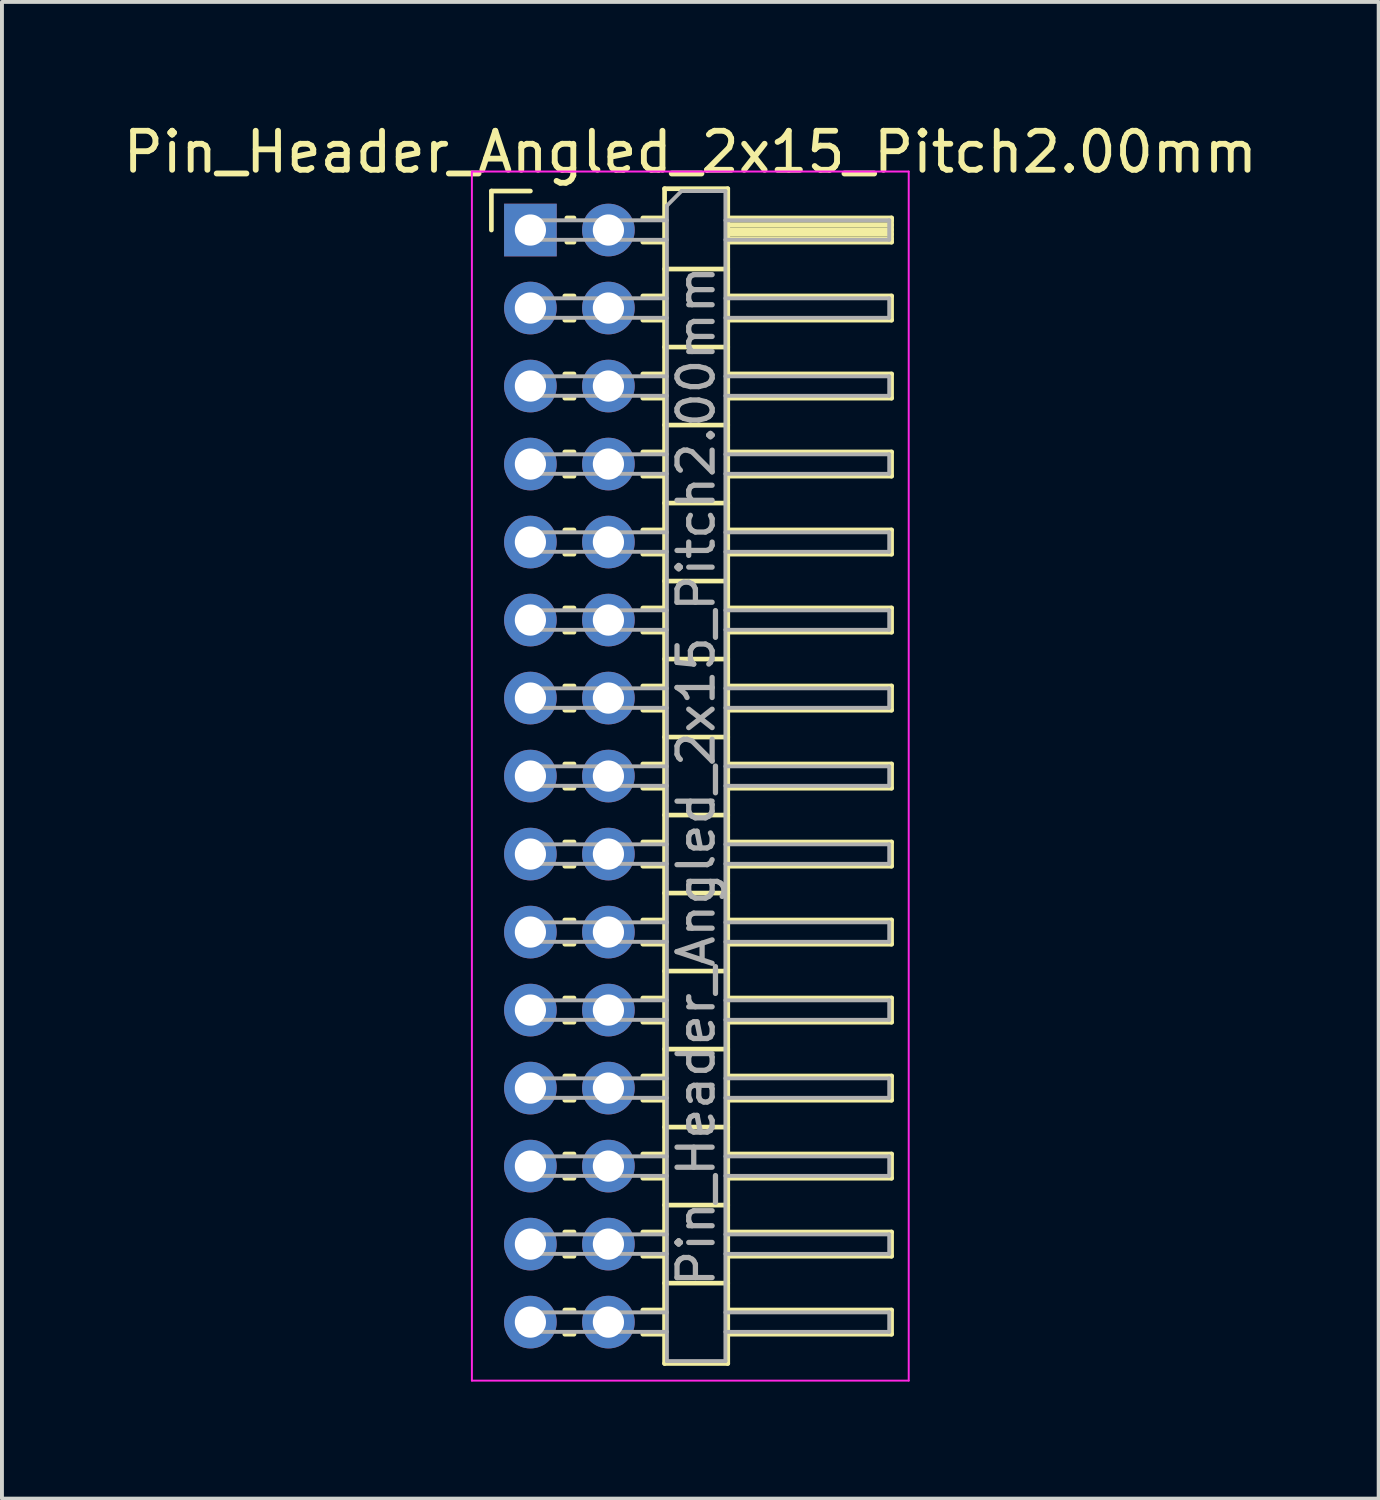
<source format=kicad_pcb>
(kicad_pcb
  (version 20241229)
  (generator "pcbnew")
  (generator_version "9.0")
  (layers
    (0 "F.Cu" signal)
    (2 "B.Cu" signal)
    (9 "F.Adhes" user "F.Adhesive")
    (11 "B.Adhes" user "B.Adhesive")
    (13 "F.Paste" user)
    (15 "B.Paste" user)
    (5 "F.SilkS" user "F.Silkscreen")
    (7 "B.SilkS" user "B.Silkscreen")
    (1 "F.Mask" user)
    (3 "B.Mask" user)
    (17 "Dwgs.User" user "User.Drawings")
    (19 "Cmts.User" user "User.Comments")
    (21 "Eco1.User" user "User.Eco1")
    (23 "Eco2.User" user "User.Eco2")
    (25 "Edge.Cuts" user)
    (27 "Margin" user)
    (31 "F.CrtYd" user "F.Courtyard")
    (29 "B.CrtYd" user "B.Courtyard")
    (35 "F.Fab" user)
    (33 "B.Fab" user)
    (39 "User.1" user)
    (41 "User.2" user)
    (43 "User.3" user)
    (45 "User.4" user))
  (footprint "Pin_Header_Angled_2x15_Pitch2.00mm"
    (layer "F.Cu")
    (at 10.549 2.848)
    (property "Reference" "Pin_Header_Angled_2x15_Pitch2.00mm" (at 4.1 -2 0) (layer "F.SilkS") (effects (font (size 1 1) (thickness 0.15))))
    (attr through_hole)
    (fp_line (start -1 -1) (end 0 -1) (stroke (width 0.12) (type solid)) (layer "F.SilkS"))
    (fp_line (start -1 0) (end -1 -1) (stroke (width 0.12) (type solid)) (layer "F.SilkS"))
    (fp_line (start 0.882 1.69) (end 1.118 1.69) (stroke (width 0.12) (type solid)) (layer "F.SilkS"))
    (fp_line (start 0.882 2.31) (end 1.118 2.31) (stroke (width 0.12) (type solid)) (layer "F.SilkS"))
    (fp_line (start 0.882 3.69) (end 1.118 3.69) (stroke (width 0.12) (type solid)) (layer "F.SilkS"))
    (fp_line (start 0.882 4.31) (end 1.118 4.31) (stroke (width 0.12) (type solid)) (layer "F.SilkS"))
    (fp_line (start 0.882 5.69) (end 1.118 5.69) (stroke (width 0.12) (type solid)) (layer "F.SilkS"))
    (fp_line (start 0.882 6.31) (end 1.118 6.31) (stroke (width 0.12) (type solid)) (layer "F.SilkS"))
    (fp_line (start 0.882 7.69) (end 1.118 7.69) (stroke (width 0.12) (type solid)) (layer "F.SilkS"))
    (fp_line (start 0.882 8.31) (end 1.118 8.31) (stroke (width 0.12) (type solid)) (layer "F.SilkS"))
    (fp_line (start 0.882 9.69) (end 1.118 9.69) (stroke (width 0.12) (type solid)) (layer "F.SilkS"))
    (fp_line (start 0.882 10.31) (end 1.118 10.31) (stroke (width 0.12) (type solid)) (layer "F.SilkS"))
    (fp_line (start 0.882 11.69) (end 1.118 11.69) (stroke (width 0.12) (type solid)) (layer "F.SilkS"))
    (fp_line (start 0.882 12.31) (end 1.118 12.31) (stroke (width 0.12) (type solid)) (layer "F.SilkS"))
    (fp_line (start 0.882 13.69) (end 1.118 13.69) (stroke (width 0.12) (type solid)) (layer "F.SilkS"))
    (fp_line (start 0.882 14.31) (end 1.118 14.31) (stroke (width 0.12) (type solid)) (layer "F.SilkS"))
    (fp_line (start 0.882 15.69) (end 1.118 15.69) (stroke (width 0.12) (type solid)) (layer "F.SilkS"))
    (fp_line (start 0.882 16.31) (end 1.118 16.31) (stroke (width 0.12) (type solid)) (layer "F.SilkS"))
    (fp_line (start 0.882 17.69) (end 1.118 17.69) (stroke (width 0.12) (type solid)) (layer "F.SilkS"))
    (fp_line (start 0.882 18.31) (end 1.118 18.31) (stroke (width 0.12) (type solid)) (layer "F.SilkS"))
    (fp_line (start 0.882 19.69) (end 1.118 19.69) (stroke (width 0.12) (type solid)) (layer "F.SilkS"))
    (fp_line (start 0.882 20.31) (end 1.118 20.31) (stroke (width 0.12) (type solid)) (layer "F.SilkS"))
    (fp_line (start 0.882 21.69) (end 1.118 21.69) (stroke (width 0.12) (type solid)) (layer "F.SilkS"))
    (fp_line (start 0.882 22.31) (end 1.118 22.31) (stroke (width 0.12) (type solid)) (layer "F.SilkS"))
    (fp_line (start 0.882 23.69) (end 1.118 23.69) (stroke (width 0.12) (type solid)) (layer "F.SilkS"))
    (fp_line (start 0.882 24.31) (end 1.118 24.31) (stroke (width 0.12) (type solid)) (layer "F.SilkS"))
    (fp_line (start 0.882 25.69) (end 1.118 25.69) (stroke (width 0.12) (type solid)) (layer "F.SilkS"))
    (fp_line (start 0.882 26.31) (end 1.118 26.31) (stroke (width 0.12) (type solid)) (layer "F.SilkS"))
    (fp_line (start 0.882 27.69) (end 1.118 27.69) (stroke (width 0.12) (type solid)) (layer "F.SilkS"))
    (fp_line (start 0.882 28.31) (end 1.118 28.31) (stroke (width 0.12) (type solid)) (layer "F.SilkS"))
    (fp_line (start 0.935 -0.31) (end 1.118 -0.31) (stroke (width 0.12) (type solid)) (layer "F.SilkS"))
    (fp_line (start 0.935 0.31) (end 1.118 0.31) (stroke (width 0.12) (type solid)) (layer "F.SilkS"))
    (fp_line (start 2.882 -0.31) (end 3.44 -0.31) (stroke (width 0.12) (type solid)) (layer "F.SilkS"))
    (fp_line (start 2.882 0.31) (end 3.44 0.31) (stroke (width 0.12) (type solid)) (layer "F.SilkS"))
    (fp_line (start 2.882 1.69) (end 3.44 1.69) (stroke (width 0.12) (type solid)) (layer "F.SilkS"))
    (fp_line (start 2.882 2.31) (end 3.44 2.31) (stroke (width 0.12) (type solid)) (layer "F.SilkS"))
    (fp_line (start 2.882 3.69) (end 3.44 3.69) (stroke (width 0.12) (type solid)) (layer "F.SilkS"))
    (fp_line (start 2.882 4.31) (end 3.44 4.31) (stroke (width 0.12) (type solid)) (layer "F.SilkS"))
    (fp_line (start 2.882 5.69) (end 3.44 5.69) (stroke (width 0.12) (type solid)) (layer "F.SilkS"))
    (fp_line (start 2.882 6.31) (end 3.44 6.31) (stroke (width 0.12) (type solid)) (layer "F.SilkS"))
    (fp_line (start 2.882 7.69) (end 3.44 7.69) (stroke (width 0.12) (type solid)) (layer "F.SilkS"))
    (fp_line (start 2.882 8.31) (end 3.44 8.31) (stroke (width 0.12) (type solid)) (layer "F.SilkS"))
    (fp_line (start 2.882 9.69) (end 3.44 9.69) (stroke (width 0.12) (type solid)) (layer "F.SilkS"))
    (fp_line (start 2.882 10.31) (end 3.44 10.31) (stroke (width 0.12) (type solid)) (layer "F.SilkS"))
    (fp_line (start 2.882 11.69) (end 3.44 11.69) (stroke (width 0.12) (type solid)) (layer "F.SilkS"))
    (fp_line (start 2.882 12.31) (end 3.44 12.31) (stroke (width 0.12) (type solid)) (layer "F.SilkS"))
    (fp_line (start 2.882 13.69) (end 3.44 13.69) (stroke (width 0.12) (type solid)) (layer "F.SilkS"))
    (fp_line (start 2.882 14.31) (end 3.44 14.31) (stroke (width 0.12) (type solid)) (layer "F.SilkS"))
    (fp_line (start 2.882 15.69) (end 3.44 15.69) (stroke (width 0.12) (type solid)) (layer "F.SilkS"))
    (fp_line (start 2.882 16.31) (end 3.44 16.31) (stroke (width 0.12) (type solid)) (layer "F.SilkS"))
    (fp_line (start 2.882 17.69) (end 3.44 17.69) (stroke (width 0.12) (type solid)) (layer "F.SilkS"))
    (fp_line (start 2.882 18.31) (end 3.44 18.31) (stroke (width 0.12) (type solid)) (layer "F.SilkS"))
    (fp_line (start 2.882 19.69) (end 3.44 19.69) (stroke (width 0.12) (type solid)) (layer "F.SilkS"))
    (fp_line (start 2.882 20.31) (end 3.44 20.31) (stroke (width 0.12) (type solid)) (layer "F.SilkS"))
    (fp_line (start 2.882 21.69) (end 3.44 21.69) (stroke (width 0.12) (type solid)) (layer "F.SilkS"))
    (fp_line (start 2.882 22.31) (end 3.44 22.31) (stroke (width 0.12) (type solid)) (layer "F.SilkS"))
    (fp_line (start 2.882 23.69) (end 3.44 23.69) (stroke (width 0.12) (type solid)) (layer "F.SilkS"))
    (fp_line (start 2.882 24.31) (end 3.44 24.31) (stroke (width 0.12) (type solid)) (layer "F.SilkS"))
    (fp_line (start 2.882 25.69) (end 3.44 25.69) (stroke (width 0.12) (type solid)) (layer "F.SilkS"))
    (fp_line (start 2.882 26.31) (end 3.44 26.31) (stroke (width 0.12) (type solid)) (layer "F.SilkS"))
    (fp_line (start 2.882 27.69) (end 3.44 27.69) (stroke (width 0.12) (type solid)) (layer "F.SilkS"))
    (fp_line (start 2.882 28.31) (end 3.44 28.31) (stroke (width 0.12) (type solid)) (layer "F.SilkS"))
    (fp_line (start 3.44 -1.06) (end 3.44 29.06) (stroke (width 0.12) (type solid)) (layer "F.SilkS"))
    (fp_line (start 3.44 1) (end 5.06 1) (stroke (width 0.12) (type solid)) (layer "F.SilkS"))
    (fp_line (start 3.44 3) (end 5.06 3) (stroke (width 0.12) (type solid)) (layer "F.SilkS"))
    (fp_line (start 3.44 5) (end 5.06 5) (stroke (width 0.12) (type solid)) (layer "F.SilkS"))
    (fp_line (start 3.44 7) (end 5.06 7) (stroke (width 0.12) (type solid)) (layer "F.SilkS"))
    (fp_line (start 3.44 9) (end 5.06 9) (stroke (width 0.12) (type solid)) (layer "F.SilkS"))
    (fp_line (start 3.44 11) (end 5.06 11) (stroke (width 0.12) (type solid)) (layer "F.SilkS"))
    (fp_line (start 3.44 13) (end 5.06 13) (stroke (width 0.12) (type solid)) (layer "F.SilkS"))
    (fp_line (start 3.44 15) (end 5.06 15) (stroke (width 0.12) (type solid)) (layer "F.SilkS"))
    (fp_line (start 3.44 17) (end 5.06 17) (stroke (width 0.12) (type solid)) (layer "F.SilkS"))
    (fp_line (start 3.44 19) (end 5.06 19) (stroke (width 0.12) (type solid)) (layer "F.SilkS"))
    (fp_line (start 3.44 21) (end 5.06 21) (stroke (width 0.12) (type solid)) (layer "F.SilkS"))
    (fp_line (start 3.44 23) (end 5.06 23) (stroke (width 0.12) (type solid)) (layer "F.SilkS"))
    (fp_line (start 3.44 25) (end 5.06 25) (stroke (width 0.12) (type solid)) (layer "F.SilkS"))
    (fp_line (start 3.44 27) (end 5.06 27) (stroke (width 0.12) (type solid)) (layer "F.SilkS"))
    (fp_line (start 3.44 29.06) (end 5.06 29.06) (stroke (width 0.12) (type solid)) (layer "F.SilkS"))
    (fp_line (start 5.06 -1.06) (end 3.44 -1.06) (stroke (width 0.12) (type solid)) (layer "F.SilkS"))
    (fp_line (start 5.06 -0.31) (end 9.26 -0.31) (stroke (width 0.12) (type solid)) (layer "F.SilkS"))
    (fp_line (start 5.06 -0.25) (end 9.26 -0.25) (stroke (width 0.12) (type solid)) (layer "F.SilkS"))
    (fp_line (start 5.06 -0.13) (end 9.26 -0.13) (stroke (width 0.12) (type solid)) (layer "F.SilkS"))
    (fp_line (start 5.06 -0.01) (end 9.26 -0.01) (stroke (width 0.12) (type solid)) (layer "F.SilkS"))
    (fp_line (start 5.06 0.11) (end 9.26 0.11) (stroke (width 0.12) (type solid)) (layer "F.SilkS"))
    (fp_line (start 5.06 0.23) (end 9.26 0.23) (stroke (width 0.12) (type solid)) (layer "F.SilkS"))
    (fp_line (start 5.06 1.69) (end 9.26 1.69) (stroke (width 0.12) (type solid)) (layer "F.SilkS"))
    (fp_line (start 5.06 3.69) (end 9.26 3.69) (stroke (width 0.12) (type solid)) (layer "F.SilkS"))
    (fp_line (start 5.06 5.69) (end 9.26 5.69) (stroke (width 0.12) (type solid)) (layer "F.SilkS"))
    (fp_line (start 5.06 7.69) (end 9.26 7.69) (stroke (width 0.12) (type solid)) (layer "F.SilkS"))
    (fp_line (start 5.06 9.69) (end 9.26 9.69) (stroke (width 0.12) (type solid)) (layer "F.SilkS"))
    (fp_line (start 5.06 11.69) (end 9.26 11.69) (stroke (width 0.12) (type solid)) (layer "F.SilkS"))
    (fp_line (start 5.06 13.69) (end 9.26 13.69) (stroke (width 0.12) (type solid)) (layer "F.SilkS"))
    (fp_line (start 5.06 15.69) (end 9.26 15.69) (stroke (width 0.12) (type solid)) (layer "F.SilkS"))
    (fp_line (start 5.06 17.69) (end 9.26 17.69) (stroke (width 0.12) (type solid)) (layer "F.SilkS"))
    (fp_line (start 5.06 19.69) (end 9.26 19.69) (stroke (width 0.12) (type solid)) (layer "F.SilkS"))
    (fp_line (start 5.06 21.69) (end 9.26 21.69) (stroke (width 0.12) (type solid)) (layer "F.SilkS"))
    (fp_line (start 5.06 23.69) (end 9.26 23.69) (stroke (width 0.12) (type solid)) (layer "F.SilkS"))
    (fp_line (start 5.06 25.69) (end 9.26 25.69) (stroke (width 0.12) (type solid)) (layer "F.SilkS"))
    (fp_line (start 5.06 27.69) (end 9.26 27.69) (stroke (width 0.12) (type solid)) (layer "F.SilkS"))
    (fp_line (start 5.06 29.06) (end 5.06 -1.06) (stroke (width 0.12) (type solid)) (layer "F.SilkS"))
    (fp_line (start 9.26 -0.31) (end 9.26 0.31) (stroke (width 0.12) (type solid)) (layer "F.SilkS"))
    (fp_line (start 9.26 0.31) (end 5.06 0.31) (stroke (width 0.12) (type solid)) (layer "F.SilkS"))
    (fp_line (start 9.26 1.69) (end 9.26 2.31) (stroke (width 0.12) (type solid)) (layer "F.SilkS"))
    (fp_line (start 9.26 2.31) (end 5.06 2.31) (stroke (width 0.12) (type solid)) (layer "F.SilkS"))
    (fp_line (start 9.26 3.69) (end 9.26 4.31) (stroke (width 0.12) (type solid)) (layer "F.SilkS"))
    (fp_line (start 9.26 4.31) (end 5.06 4.31) (stroke (width 0.12) (type solid)) (layer "F.SilkS"))
    (fp_line (start 9.26 5.69) (end 9.26 6.31) (stroke (width 0.12) (type solid)) (layer "F.SilkS"))
    (fp_line (start 9.26 6.31) (end 5.06 6.31) (stroke (width 0.12) (type solid)) (layer "F.SilkS"))
    (fp_line (start 9.26 7.69) (end 9.26 8.31) (stroke (width 0.12) (type solid)) (layer "F.SilkS"))
    (fp_line (start 9.26 8.31) (end 5.06 8.31) (stroke (width 0.12) (type solid)) (layer "F.SilkS"))
    (fp_line (start 9.26 9.69) (end 9.26 10.31) (stroke (width 0.12) (type solid)) (layer "F.SilkS"))
    (fp_line (start 9.26 10.31) (end 5.06 10.31) (stroke (width 0.12) (type solid)) (layer "F.SilkS"))
    (fp_line (start 9.26 11.69) (end 9.26 12.31) (stroke (width 0.12) (type solid)) (layer "F.SilkS"))
    (fp_line (start 9.26 12.31) (end 5.06 12.31) (stroke (width 0.12) (type solid)) (layer "F.SilkS"))
    (fp_line (start 9.26 13.69) (end 9.26 14.31) (stroke (width 0.12) (type solid)) (layer "F.SilkS"))
    (fp_line (start 9.26 14.31) (end 5.06 14.31) (stroke (width 0.12) (type solid)) (layer "F.SilkS"))
    (fp_line (start 9.26 15.69) (end 9.26 16.31) (stroke (width 0.12) (type solid)) (layer "F.SilkS"))
    (fp_line (start 9.26 16.31) (end 5.06 16.31) (stroke (width 0.12) (type solid)) (layer "F.SilkS"))
    (fp_line (start 9.26 17.69) (end 9.26 18.31) (stroke (width 0.12) (type solid)) (layer "F.SilkS"))
    (fp_line (start 9.26 18.31) (end 5.06 18.31) (stroke (width 0.12) (type solid)) (layer "F.SilkS"))
    (fp_line (start 9.26 19.69) (end 9.26 20.31) (stroke (width 0.12) (type solid)) (layer "F.SilkS"))
    (fp_line (start 9.26 20.31) (end 5.06 20.31) (stroke (width 0.12) (type solid)) (layer "F.SilkS"))
    (fp_line (start 9.26 21.69) (end 9.26 22.31) (stroke (width 0.12) (type solid)) (layer "F.SilkS"))
    (fp_line (start 9.26 22.31) (end 5.06 22.31) (stroke (width 0.12) (type solid)) (layer "F.SilkS"))
    (fp_line (start 9.26 23.69) (end 9.26 24.31) (stroke (width 0.12) (type solid)) (layer "F.SilkS"))
    (fp_line (start 9.26 24.31) (end 5.06 24.31) (stroke (width 0.12) (type solid)) (layer "F.SilkS"))
    (fp_line (start 9.26 25.69) (end 9.26 26.31) (stroke (width 0.12) (type solid)) (layer "F.SilkS"))
    (fp_line (start 9.26 26.31) (end 5.06 26.31) (stroke (width 0.12) (type solid)) (layer "F.SilkS"))
    (fp_line (start 9.26 27.69) (end 9.26 28.31) (stroke (width 0.12) (type solid)) (layer "F.SilkS"))
    (fp_line (start 9.26 28.31) (end 5.06 28.31) (stroke (width 0.12) (type solid)) (layer "F.SilkS"))
    (fp_line (start -1.5 -1.5) (end -1.5 29.5) (stroke (width 0.05) (type solid)) (layer "F.CrtYd"))
    (fp_line (start -1.5 29.5) (end 9.7 29.5) (stroke (width 0.05) (type solid)) (layer "F.CrtYd"))
    (fp_line (start 9.7 -1.5) (end -1.5 -1.5) (stroke (width 0.05) (type solid)) (layer "F.CrtYd"))
    (fp_line (start 9.7 29.5) (end 9.7 -1.5) (stroke (width 0.05) (type solid)) (layer "F.CrtYd"))
    (fp_line (start -0.25 -0.25) (end -0.25 0.25) (stroke (width 0.1) (type solid)) (layer "F.Fab"))
    (fp_line (start -0.25 -0.25) (end 3.5 -0.25) (stroke (width 0.1) (type solid)) (layer "F.Fab"))
    (fp_line (start -0.25 0.25) (end 3.5 0.25) (stroke (width 0.1) (type solid)) (layer "F.Fab"))
    (fp_line (start -0.25 1.75) (end -0.25 2.25) (stroke (width 0.1) (type solid)) (layer "F.Fab"))
    (fp_line (start -0.25 1.75) (end 3.5 1.75) (stroke (width 0.1) (type solid)) (layer "F.Fab"))
    (fp_line (start -0.25 2.25) (end 3.5 2.25) (stroke (width 0.1) (type solid)) (layer "F.Fab"))
    (fp_line (start -0.25 3.75) (end -0.25 4.25) (stroke (width 0.1) (type solid)) (layer "F.Fab"))
    (fp_line (start -0.25 3.75) (end 3.5 3.75) (stroke (width 0.1) (type solid)) (layer "F.Fab"))
    (fp_line (start -0.25 4.25) (end 3.5 4.25) (stroke (width 0.1) (type solid)) (layer "F.Fab"))
    (fp_line (start -0.25 5.75) (end -0.25 6.25) (stroke (width 0.1) (type solid)) (layer "F.Fab"))
    (fp_line (start -0.25 5.75) (end 3.5 5.75) (stroke (width 0.1) (type solid)) (layer "F.Fab"))
    (fp_line (start -0.25 6.25) (end 3.5 6.25) (stroke (width 0.1) (type solid)) (layer "F.Fab"))
    (fp_line (start -0.25 7.75) (end -0.25 8.25) (stroke (width 0.1) (type solid)) (layer "F.Fab"))
    (fp_line (start -0.25 7.75) (end 3.5 7.75) (stroke (width 0.1) (type solid)) (layer "F.Fab"))
    (fp_line (start -0.25 8.25) (end 3.5 8.25) (stroke (width 0.1) (type solid)) (layer "F.Fab"))
    (fp_line (start -0.25 9.75) (end -0.25 10.25) (stroke (width 0.1) (type solid)) (layer "F.Fab"))
    (fp_line (start -0.25 9.75) (end 3.5 9.75) (stroke (width 0.1) (type solid)) (layer "F.Fab"))
    (fp_line (start -0.25 10.25) (end 3.5 10.25) (stroke (width 0.1) (type solid)) (layer "F.Fab"))
    (fp_line (start -0.25 11.75) (end -0.25 12.25) (stroke (width 0.1) (type solid)) (layer "F.Fab"))
    (fp_line (start -0.25 11.75) (end 3.5 11.75) (stroke (width 0.1) (type solid)) (layer "F.Fab"))
    (fp_line (start -0.25 12.25) (end 3.5 12.25) (stroke (width 0.1) (type solid)) (layer "F.Fab"))
    (fp_line (start -0.25 13.75) (end -0.25 14.25) (stroke (width 0.1) (type solid)) (layer "F.Fab"))
    (fp_line (start -0.25 13.75) (end 3.5 13.75) (stroke (width 0.1) (type solid)) (layer "F.Fab"))
    (fp_line (start -0.25 14.25) (end 3.5 14.25) (stroke (width 0.1) (type solid)) (layer "F.Fab"))
    (fp_line (start -0.25 15.75) (end -0.25 16.25) (stroke (width 0.1) (type solid)) (layer "F.Fab"))
    (fp_line (start -0.25 15.75) (end 3.5 15.75) (stroke (width 0.1) (type solid)) (layer "F.Fab"))
    (fp_line (start -0.25 16.25) (end 3.5 16.25) (stroke (width 0.1) (type solid)) (layer "F.Fab"))
    (fp_line (start -0.25 17.75) (end -0.25 18.25) (stroke (width 0.1) (type solid)) (layer "F.Fab"))
    (fp_line (start -0.25 17.75) (end 3.5 17.75) (stroke (width 0.1) (type solid)) (layer "F.Fab"))
    (fp_line (start -0.25 18.25) (end 3.5 18.25) (stroke (width 0.1) (type solid)) (layer "F.Fab"))
    (fp_line (start -0.25 19.75) (end -0.25 20.25) (stroke (width 0.1) (type solid)) (layer "F.Fab"))
    (fp_line (start -0.25 19.75) (end 3.5 19.75) (stroke (width 0.1) (type solid)) (layer "F.Fab"))
    (fp_line (start -0.25 20.25) (end 3.5 20.25) (stroke (width 0.1) (type solid)) (layer "F.Fab"))
    (fp_line (start -0.25 21.75) (end -0.25 22.25) (stroke (width 0.1) (type solid)) (layer "F.Fab"))
    (fp_line (start -0.25 21.75) (end 3.5 21.75) (stroke (width 0.1) (type solid)) (layer "F.Fab"))
    (fp_line (start -0.25 22.25) (end 3.5 22.25) (stroke (width 0.1) (type solid)) (layer "F.Fab"))
    (fp_line (start -0.25 23.75) (end -0.25 24.25) (stroke (width 0.1) (type solid)) (layer "F.Fab"))
    (fp_line (start -0.25 23.75) (end 3.5 23.75) (stroke (width 0.1) (type solid)) (layer "F.Fab"))
    (fp_line (start -0.25 24.25) (end 3.5 24.25) (stroke (width 0.1) (type solid)) (layer "F.Fab"))
    (fp_line (start -0.25 25.75) (end -0.25 26.25) (stroke (width 0.1) (type solid)) (layer "F.Fab"))
    (fp_line (start -0.25 25.75) (end 3.5 25.75) (stroke (width 0.1) (type solid)) (layer "F.Fab"))
    (fp_line (start -0.25 26.25) (end 3.5 26.25) (stroke (width 0.1) (type solid)) (layer "F.Fab"))
    (fp_line (start -0.25 27.75) (end -0.25 28.25) (stroke (width 0.1) (type solid)) (layer "F.Fab"))
    (fp_line (start -0.25 27.75) (end 3.5 27.75) (stroke (width 0.1) (type solid)) (layer "F.Fab"))
    (fp_line (start -0.25 28.25) (end 3.5 28.25) (stroke (width 0.1) (type solid)) (layer "F.Fab"))
    (fp_line (start 3.5 -0.625) (end 3.875 -1) (stroke (width 0.1) (type solid)) (layer "F.Fab"))
    (fp_line (start 3.5 29) (end 3.5 -0.625) (stroke (width 0.1) (type solid)) (layer "F.Fab"))
    (fp_line (start 3.875 -1) (end 5 -1) (stroke (width 0.1) (type solid)) (layer "F.Fab"))
    (fp_line (start 5 -1) (end 5 29) (stroke (width 0.1) (type solid)) (layer "F.Fab"))
    (fp_line (start 5 -0.25) (end 9.2 -0.25) (stroke (width 0.1) (type solid)) (layer "F.Fab"))
    (fp_line (start 5 0.25) (end 9.2 0.25) (stroke (width 0.1) (type solid)) (layer "F.Fab"))
    (fp_line (start 5 1.75) (end 9.2 1.75) (stroke (width 0.1) (type solid)) (layer "F.Fab"))
    (fp_line (start 5 2.25) (end 9.2 2.25) (stroke (width 0.1) (type solid)) (layer "F.Fab"))
    (fp_line (start 5 3.75) (end 9.2 3.75) (stroke (width 0.1) (type solid)) (layer "F.Fab"))
    (fp_line (start 5 4.25) (end 9.2 4.25) (stroke (width 0.1) (type solid)) (layer "F.Fab"))
    (fp_line (start 5 5.75) (end 9.2 5.75) (stroke (width 0.1) (type solid)) (layer "F.Fab"))
    (fp_line (start 5 6.25) (end 9.2 6.25) (stroke (width 0.1) (type solid)) (layer "F.Fab"))
    (fp_line (start 5 7.75) (end 9.2 7.75) (stroke (width 0.1) (type solid)) (layer "F.Fab"))
    (fp_line (start 5 8.25) (end 9.2 8.25) (stroke (width 0.1) (type solid)) (layer "F.Fab"))
    (fp_line (start 5 9.75) (end 9.2 9.75) (stroke (width 0.1) (type solid)) (layer "F.Fab"))
    (fp_line (start 5 10.25) (end 9.2 10.25) (stroke (width 0.1) (type solid)) (layer "F.Fab"))
    (fp_line (start 5 11.75) (end 9.2 11.75) (stroke (width 0.1) (type solid)) (layer "F.Fab"))
    (fp_line (start 5 12.25) (end 9.2 12.25) (stroke (width 0.1) (type solid)) (layer "F.Fab"))
    (fp_line (start 5 13.75) (end 9.2 13.75) (stroke (width 0.1) (type solid)) (layer "F.Fab"))
    (fp_line (start 5 14.25) (end 9.2 14.25) (stroke (width 0.1) (type solid)) (layer "F.Fab"))
    (fp_line (start 5 15.75) (end 9.2 15.75) (stroke (width 0.1) (type solid)) (layer "F.Fab"))
    (fp_line (start 5 16.25) (end 9.2 16.25) (stroke (width 0.1) (type solid)) (layer "F.Fab"))
    (fp_line (start 5 17.75) (end 9.2 17.75) (stroke (width 0.1) (type solid)) (layer "F.Fab"))
    (fp_line (start 5 18.25) (end 9.2 18.25) (stroke (width 0.1) (type solid)) (layer "F.Fab"))
    (fp_line (start 5 19.75) (end 9.2 19.75) (stroke (width 0.1) (type solid)) (layer "F.Fab"))
    (fp_line (start 5 20.25) (end 9.2 20.25) (stroke (width 0.1) (type solid)) (layer "F.Fab"))
    (fp_line (start 5 21.75) (end 9.2 21.75) (stroke (width 0.1) (type solid)) (layer "F.Fab"))
    (fp_line (start 5 22.25) (end 9.2 22.25) (stroke (width 0.1) (type solid)) (layer "F.Fab"))
    (fp_line (start 5 23.75) (end 9.2 23.75) (stroke (width 0.1) (type solid)) (layer "F.Fab"))
    (fp_line (start 5 24.25) (end 9.2 24.25) (stroke (width 0.1) (type solid)) (layer "F.Fab"))
    (fp_line (start 5 25.75) (end 9.2 25.75) (stroke (width 0.1) (type solid)) (layer "F.Fab"))
    (fp_line (start 5 26.25) (end 9.2 26.25) (stroke (width 0.1) (type solid)) (layer "F.Fab"))
    (fp_line (start 5 27.75) (end 9.2 27.75) (stroke (width 0.1) (type solid)) (layer "F.Fab"))
    (fp_line (start 5 28.25) (end 9.2 28.25) (stroke (width 0.1) (type solid)) (layer "F.Fab"))
    (fp_line (start 5 29) (end 3.5 29) (stroke (width 0.1) (type solid)) (layer "F.Fab"))
    (fp_line (start 9.2 -0.25) (end 9.2 0.25) (stroke (width 0.1) (type solid)) (layer "F.Fab"))
    (fp_line (start 9.2 1.75) (end 9.2 2.25) (stroke (width 0.1) (type solid)) (layer "F.Fab"))
    (fp_line (start 9.2 3.75) (end 9.2 4.25) (stroke (width 0.1) (type solid)) (layer "F.Fab"))
    (fp_line (start 9.2 5.75) (end 9.2 6.25) (stroke (width 0.1) (type solid)) (layer "F.Fab"))
    (fp_line (start 9.2 7.75) (end 9.2 8.25) (stroke (width 0.1) (type solid)) (layer "F.Fab"))
    (fp_line (start 9.2 9.75) (end 9.2 10.25) (stroke (width 0.1) (type solid)) (layer "F.Fab"))
    (fp_line (start 9.2 11.75) (end 9.2 12.25) (stroke (width 0.1) (type solid)) (layer "F.Fab"))
    (fp_line (start 9.2 13.75) (end 9.2 14.25) (stroke (width 0.1) (type solid)) (layer "F.Fab"))
    (fp_line (start 9.2 15.75) (end 9.2 16.25) (stroke (width 0.1) (type solid)) (layer "F.Fab"))
    (fp_line (start 9.2 17.75) (end 9.2 18.25) (stroke (width 0.1) (type solid)) (layer "F.Fab"))
    (fp_line (start 9.2 19.75) (end 9.2 20.25) (stroke (width 0.1) (type solid)) (layer "F.Fab"))
    (fp_line (start 9.2 21.75) (end 9.2 22.25) (stroke (width 0.1) (type solid)) (layer "F.Fab"))
    (fp_line (start 9.2 23.75) (end 9.2 24.25) (stroke (width 0.1) (type solid)) (layer "F.Fab"))
    (fp_line (start 9.2 25.75) (end 9.2 26.25) (stroke (width 0.1) (type solid)) (layer "F.Fab"))
    (fp_line (start 9.2 27.75) (end 9.2 28.25) (stroke (width 0.1) (type solid)) (layer "F.Fab"))
    (fp_text user "${REFERENCE}" (at 4.25 14 90) (layer "F.Fab") (effects (font (size 0.9 0.9) (thickness 0.135))))
    (pad "1" thru_hole rect (at 0 0) (size 1.35 1.35) (drill 0.8) (layers "*.Cu" "*.Mask"))
    (pad "2" thru_hole oval (at 2 0) (size 1.35 1.35) (drill 0.8) (layers "*.Cu" "*.Mask"))
    (pad "3" thru_hole oval (at 0 2) (size 1.35 1.35) (drill 0.8) (layers "*.Cu" "*.Mask"))
    (pad "4" thru_hole oval (at 2 2) (size 1.35 1.35) (drill 0.8) (layers "*.Cu" "*.Mask"))
    (pad "5" thru_hole oval (at 0 4) (size 1.35 1.35) (drill 0.8) (layers "*.Cu" "*.Mask"))
    (pad "6" thru_hole oval (at 2 4) (size 1.35 1.35) (drill 0.8) (layers "*.Cu" "*.Mask"))
    (pad "7" thru_hole oval (at 0 6) (size 1.35 1.35) (drill 0.8) (layers "*.Cu" "*.Mask"))
    (pad "8" thru_hole oval (at 2 6) (size 1.35 1.35) (drill 0.8) (layers "*.Cu" "*.Mask"))
    (pad "9" thru_hole oval (at 0 8) (size 1.35 1.35) (drill 0.8) (layers "*.Cu" "*.Mask"))
    (pad "10" thru_hole oval (at 2 8) (size 1.35 1.35) (drill 0.8) (layers "*.Cu" "*.Mask"))
    (pad "11" thru_hole oval (at 0 10) (size 1.35 1.35) (drill 0.8) (layers "*.Cu" "*.Mask"))
    (pad "12" thru_hole oval (at 2 10) (size 1.35 1.35) (drill 0.8) (layers "*.Cu" "*.Mask"))
    (pad "13" thru_hole oval (at 0 12) (size 1.35 1.35) (drill 0.8) (layers "*.Cu" "*.Mask"))
    (pad "14" thru_hole oval (at 2 12) (size 1.35 1.35) (drill 0.8) (layers "*.Cu" "*.Mask"))
    (pad "15" thru_hole oval (at 0 14) (size 1.35 1.35) (drill 0.8) (layers "*.Cu" "*.Mask"))
    (pad "16" thru_hole oval (at 2 14) (size 1.35 1.35) (drill 0.8) (layers "*.Cu" "*.Mask"))
    (pad "17" thru_hole oval (at 0 16) (size 1.35 1.35) (drill 0.8) (layers "*.Cu" "*.Mask"))
    (pad "18" thru_hole oval (at 2 16) (size 1.35 1.35) (drill 0.8) (layers "*.Cu" "*.Mask"))
    (pad "19" thru_hole oval (at 0 18) (size 1.35 1.35) (drill 0.8) (layers "*.Cu" "*.Mask"))
    (pad "20" thru_hole oval (at 2 18) (size 1.35 1.35) (drill 0.8) (layers "*.Cu" "*.Mask"))
    (pad "21" thru_hole oval (at 0 20) (size 1.35 1.35) (drill 0.8) (layers "*.Cu" "*.Mask"))
    (pad "22" thru_hole oval (at 2 20) (size 1.35 1.35) (drill 0.8) (layers "*.Cu" "*.Mask"))
    (pad "23" thru_hole oval (at 0 22) (size 1.35 1.35) (drill 0.8) (layers "*.Cu" "*.Mask"))
    (pad "24" thru_hole oval (at 2 22) (size 1.35 1.35) (drill 0.8) (layers "*.Cu" "*.Mask"))
    (pad "25" thru_hole oval (at 0 24) (size 1.35 1.35) (drill 0.8) (layers "*.Cu" "*.Mask"))
    (pad "26" thru_hole oval (at 2 24) (size 1.35 1.35) (drill 0.8) (layers "*.Cu" "*.Mask"))
    (pad "27" thru_hole oval (at 0 26) (size 1.35 1.35) (drill 0.8) (layers "*.Cu" "*.Mask"))
    (pad "28" thru_hole oval (at 2 26) (size 1.35 1.35) (drill 0.8) (layers "*.Cu" "*.Mask"))
    (pad "29" thru_hole oval (at 0 28) (size 1.35 1.35) (drill 0.8) (layers "*.Cu" "*.Mask"))
    (pad "30" thru_hole oval (at 2 28) (size 1.35 1.35) (drill 0.8) (layers "*.Cu" "*.Mask")))
  (gr_rect
    (start -3 -3)
    (end 32.298 35.373)
    (stroke (width 0.1) (type default))
    (fill no)
    (layer "Edge.Cuts")))
</source>
